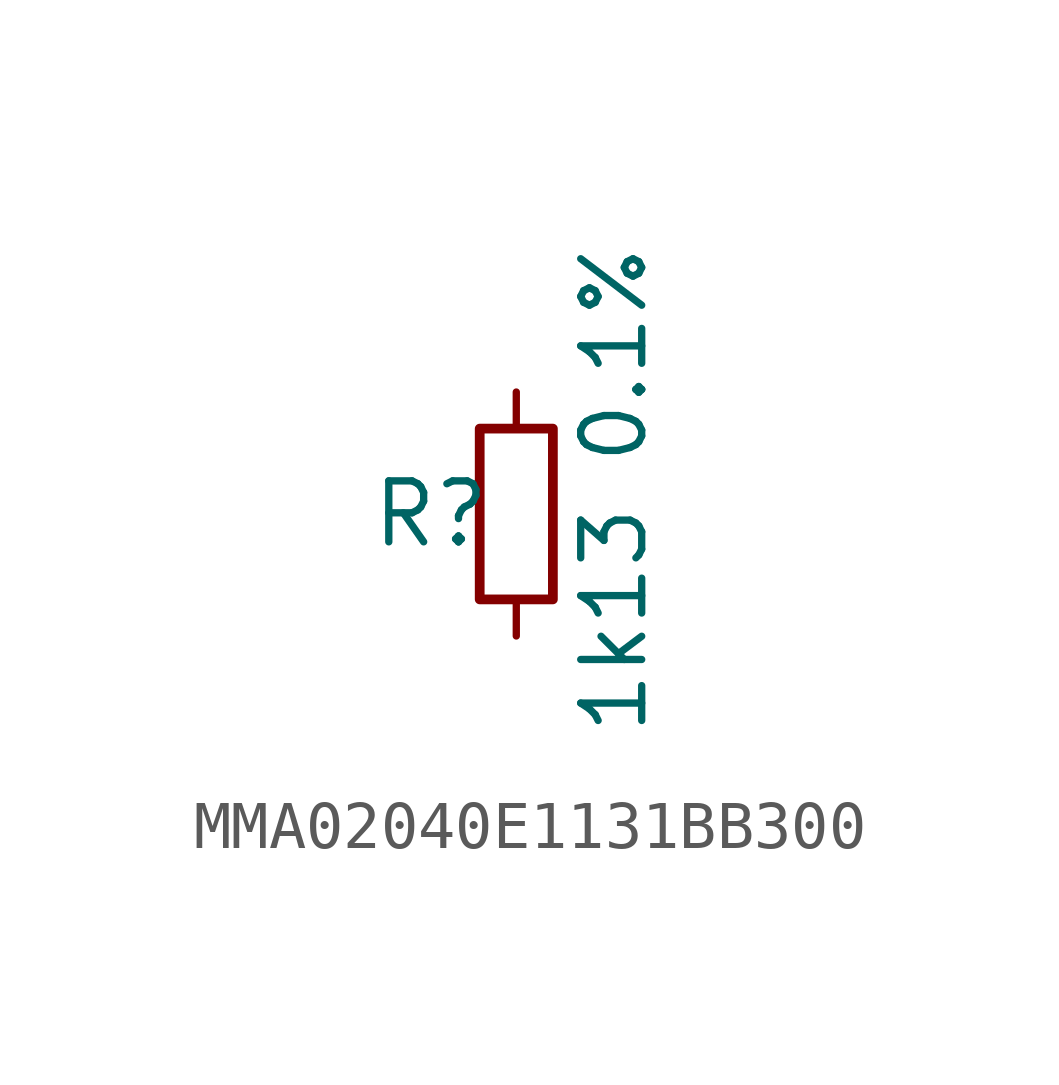
<source format=kicad_sym>
(kicad_symbol_lib
  (version 20241209)
  (generator "kicad_symbol_editor")
  (generator_version "9.0")
  (symbol "MMA02040E1131BB300"
    (pin_numbers
      (hide yes))
    (property "Reference" "R"
      (at -1.778 0 0)
      (effects (font (size 1.27 1.27))))
    (property "Value" "1k13 0.1%"
      (at 2.032 0.508 90)
      (effects (font (size 1.27 1.27))))
    (symbol "MMA02040E1131BB300_0_1"
      (rectangle (start -0.762 1.778) (end 0.762 -1.778) (stroke (width 0.203) (type default)) (fill (type none))))
    (symbol "MMA02040E1131BB300_1_1"
      (pin passive line (at 0 2.54 270) (length 0.762) (name "~" (effects (font (size 1.27 1.27)))) (number "1" (effects (font (size 1.27 1.27)))))
      (pin passive line (at 0 -2.54 90) (length 0.762) (name "~" (effects (font (size 1.27 1.27)))) (number "2" (effects (font (size 1.27 1.27))))))))
</source>
